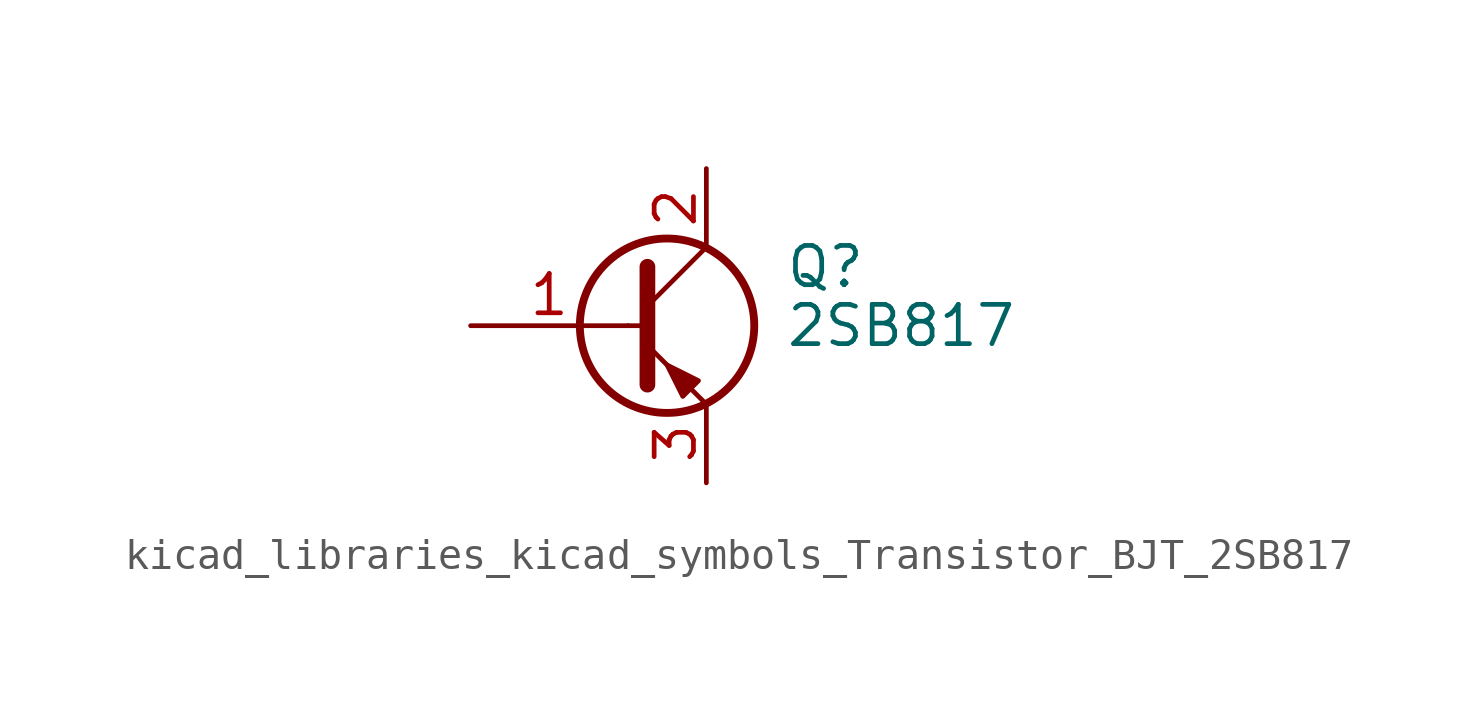
<source format=kicad_sym>
(kicad_symbol_lib
  (version 20220914)
  (generator kicad_symbol_editor)
  (symbol "kicad_libraries_kicad_symbols_Transistor_BJT_2SB817"
    (pin_names
      (offset 0) hide)
    (property "Reference" "Q"
      (at 5.08 1.905 0)
      (effects (font (size 1.27 1.27)) (justify left)))
    (property "Value" "2SB817"
      (at 5.08 0 0)
      (effects (font (size 1.27 1.27)) (justify left)))
    (symbol "kicad_libraries_kicad_symbols_Transistor_BJT_2SB817_0_1"
      (polyline (pts (xy 0 0) (xy 0.635 0)) (stroke (width 0) (type default)) (fill (type none)))
      (polyline (pts (xy 2.54 2.54) (xy 0.635 0.635)) (stroke (width 0) (type default)) (fill (type none)))
      (polyline (pts (xy 0.635 -0.635) (xy 2.54 -2.54) (xy 2.54 -2.54)) (stroke (width 0) (type default)) (fill (type none)))
      (polyline (pts (xy 0.635 1.905) (xy 0.635 -1.905) (xy 0.635 -1.905)) (stroke (width 0.508) (type default)) (fill (type none)))
      (polyline (pts (xy 1.778 -2.286) (xy 2.286 -1.778) (xy 1.27 -1.27) (xy 1.778 -2.286) (xy 1.778 -2.286)) (stroke (width 0) (type default)) (fill (type outline)))
      (circle (center 1.27 0) (radius 2.819) (stroke (width 0.254) (type default)) (fill (type none))))
    (symbol "kicad_libraries_kicad_symbols_Transistor_BJT_2SB817_1_1"
      (pin input line (at -5.08 0 0) (length 5.08) (name "B" (effects (font (size 1.27 1.27)))) (number "1" (effects (font (size 1.27 1.27)))))
      (pin passive line (at 2.54 5.08 270) (length 2.54) (name "C" (effects (font (size 1.27 1.27)))) (number "2" (effects (font (size 1.27 1.27)))))
      (pin passive line (at 2.54 -5.08 90) (length 2.54) (name "E" (effects (font (size 1.27 1.27)))) (number "3" (effects (font (size 1.27 1.27))))))))
</source>
